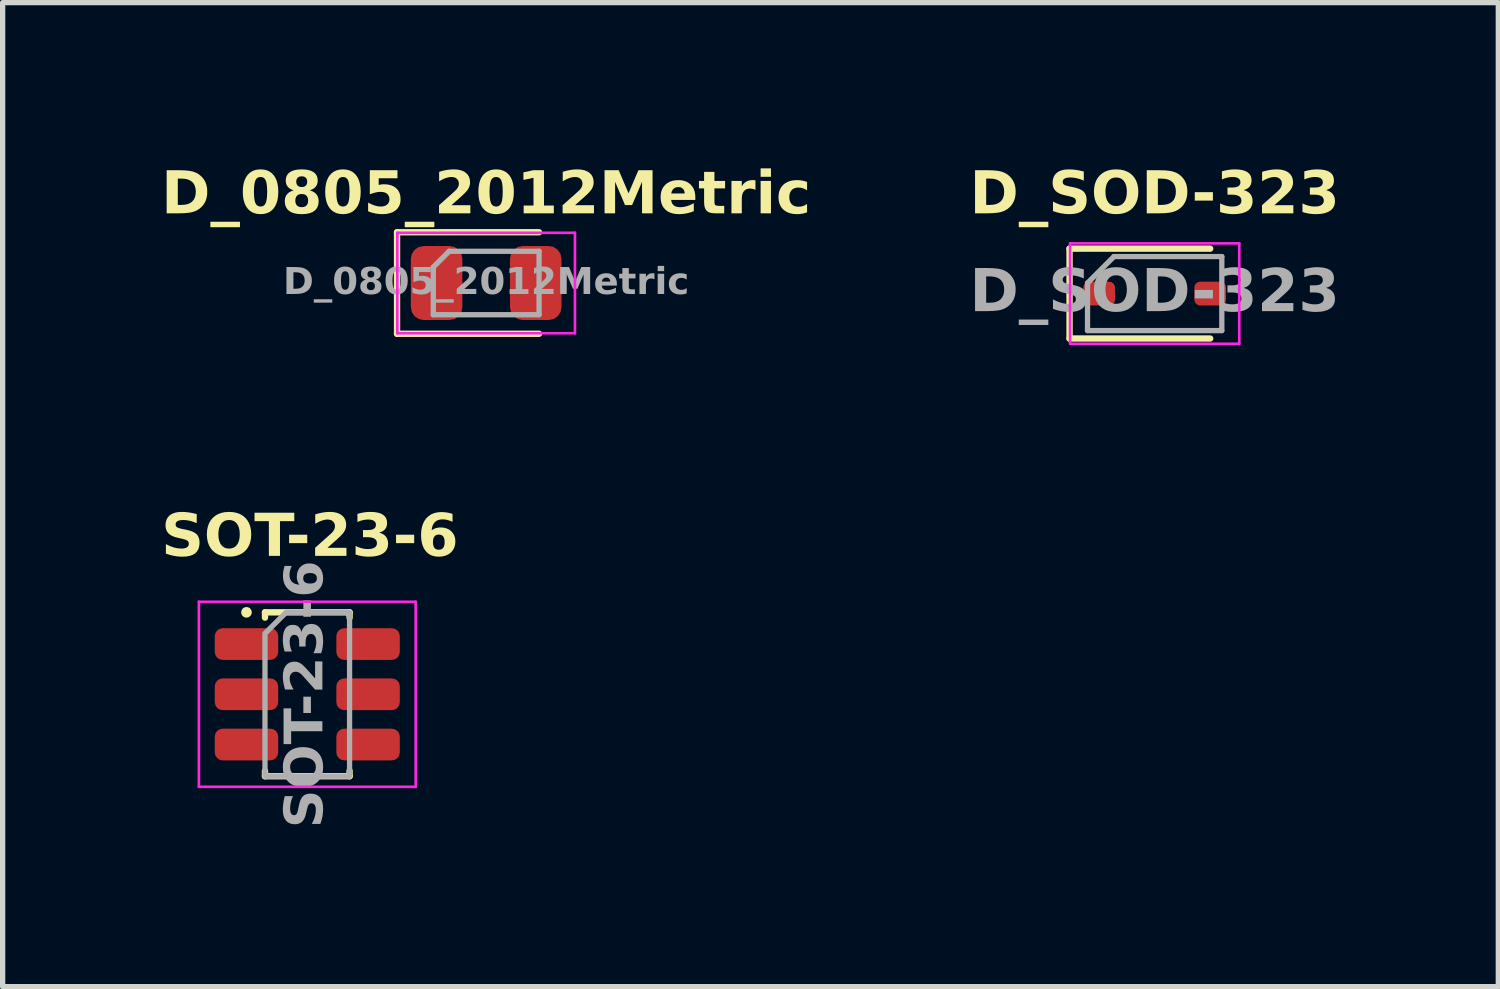
<source format=kicad_pcb>
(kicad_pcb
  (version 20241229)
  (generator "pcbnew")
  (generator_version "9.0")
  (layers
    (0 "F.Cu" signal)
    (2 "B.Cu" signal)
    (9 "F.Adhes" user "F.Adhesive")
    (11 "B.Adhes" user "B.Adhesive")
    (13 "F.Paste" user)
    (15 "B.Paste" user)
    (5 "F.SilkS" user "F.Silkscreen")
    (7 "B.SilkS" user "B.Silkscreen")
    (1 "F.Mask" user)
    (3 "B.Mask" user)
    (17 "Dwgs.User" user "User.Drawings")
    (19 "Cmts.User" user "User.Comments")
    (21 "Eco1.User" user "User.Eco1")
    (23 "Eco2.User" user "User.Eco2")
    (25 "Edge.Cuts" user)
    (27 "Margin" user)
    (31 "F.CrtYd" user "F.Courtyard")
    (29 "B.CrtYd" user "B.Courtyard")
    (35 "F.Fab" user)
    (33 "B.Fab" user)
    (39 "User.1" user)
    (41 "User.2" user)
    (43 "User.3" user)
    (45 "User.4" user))
  (footprint "D_SOD-323"
    (layer "F.Cu")
    (at 18.79 2.503)
    (property "Reference" "D_SOD-323" (at 0 -1.85 0) (layer "F.SilkS") (effects (font (face "JetBrains Mono SemiBold") (size 0.8 0.8) (thickness 0.1))))
    (attr smd)
    (fp_line (start -1.61 -0.85) (end -1.61 0.85) (stroke (width 0.12) (type solid)) (layer "F.SilkS"))
    (fp_line (start -1.61 -0.85) (end 1.05 -0.85) (stroke (width 0.12) (type solid)) (layer "F.SilkS"))
    (fp_line (start -1.61 0.85) (end 1.05 0.85) (stroke (width 0.12) (type solid)) (layer "F.SilkS"))
    (fp_line (start -1.6 -0.95) (end -1.6 0.95) (stroke (width 0.05) (type solid)) (layer "F.CrtYd"))
    (fp_line (start -1.6 -0.95) (end 1.6 -0.95) (stroke (width 0.05) (type solid)) (layer "F.CrtYd"))
    (fp_line (start -1.6 0.95) (end 1.6 0.95) (stroke (width 0.05) (type solid)) (layer "F.CrtYd"))
    (fp_line (start 1.6 -0.95) (end 1.6 0.95) (stroke (width 0.05) (type solid)) (layer "F.CrtYd"))
    (fp_line (start -1.27 -0.2) (end -0.77 -0.7) (stroke (width 0.1) (type default)) (layer "F.Fab"))
    (fp_line (start -1.27 0.7) (end -1.27 -0.2) (stroke (width 0.1) (type solid)) (layer "F.Fab"))
    (fp_line (start 1.27 -0.7) (end -0.77 -0.7) (stroke (width 0.1) (type solid)) (layer "F.Fab"))
    (fp_line (start 1.27 -0.7) (end 1.27 0.7) (stroke (width 0.1) (type solid)) (layer "F.Fab"))
    (fp_line (start 1.27 0.7) (end -1.27 0.7) (stroke (width 0.1) (type solid)) (layer "F.Fab"))
    (fp_text user "${REFERENCE}" (at 0 0 0) (layer "F.Fab") (effects (font (face "JetBrains Mono SemiBold") (size 0.8 0.8) (thickness 0.1))))
    (pad "1" smd roundrect (at -1.05 0) (size 0.6 0.45) (layers "F.Cu" "F.Mask" "F.Paste") (roundrect_rratio 0.25))
    (pad "2" smd roundrect (at 1.05 0) (size 0.6 0.45) (layers "F.Cu" "F.Mask" "F.Paste") (roundrect_rratio 0.25)))
  (footprint "D_0805_2012Metric"
    (layer "F.Cu")
    (at 6.148 2.353)
    (property "Reference" "D_0805_2012Metric" (at -0.003 -1.7 0) (layer "F.SilkS") (effects (font (face "JetBrains Mono SemiBold") (size 0.8 0.8) (thickness 0.1))))
    (attr smd)
    (fp_line (start -1.688 -1.01) (end -1.688 0.91) (stroke (width 0.12) (type solid)) (layer "F.SilkS"))
    (fp_line (start -1.688 0.91) (end 0.998 0.91) (stroke (width 0.12) (type solid)) (layer "F.SilkS"))
    (fp_line (start 0.998 -1.01) (end -1.688 -1.01) (stroke (width 0.12) (type solid)) (layer "F.SilkS"))
    (fp_line (start -1.683 -1) (end 1.677 -1) (stroke (width 0.05) (type solid)) (layer "F.CrtYd"))
    (fp_line (start -1.683 0.9) (end -1.683 -1) (stroke (width 0.05) (type solid)) (layer "F.CrtYd"))
    (fp_line (start 1.677 -1) (end 1.677 0.9) (stroke (width 0.05) (type solid)) (layer "F.CrtYd"))
    (fp_line (start 1.677 0.9) (end -1.683 0.9) (stroke (width 0.05) (type solid)) (layer "F.CrtYd"))
    (fp_line (start -1.002 -0.35) (end -1.002 0.55) (stroke (width 0.1) (type solid)) (layer "F.Fab"))
    (fp_line (start -1.002 0.55) (end 0.998 0.55) (stroke (width 0.1) (type solid)) (layer "F.Fab"))
    (fp_line (start -0.703 -0.65) (end -1.002 -0.35) (stroke (width 0.1) (type solid)) (layer "F.Fab"))
    (fp_line (start 0.998 -0.65) (end -0.703 -0.65) (stroke (width 0.1) (type solid)) (layer "F.Fab"))
    (fp_line (start 0.998 0.55) (end 0.998 -0.65) (stroke (width 0.1) (type solid)) (layer "F.Fab"))
    (fp_text user "${REFERENCE}" (at -0.003 -0.05 0) (layer "F.Fab") (effects (font (face "JetBrains Mono SemiBold") (size 0.5 0.5) (thickness 0.08))))
    (pad "1" smd roundrect (at -0.94 -0.05) (size 0.975 1.4) (layers "F.Cu" "F.Mask" "F.Paste") (roundrect_rratio 0.25))
    (pad "2" smd roundrect (at 0.935 -0.05) (size 0.975 1.4) (layers "F.Cu" "F.Mask" "F.Paste") (roundrect_rratio 0.25)))
  (footprint "SOT-23-6"
    (layer "F.Cu")
    (at 2.762 10.082)
    (property "Reference" "SOT-23-6" (at 0.05 -2.95 0) (layer "F.SilkS") (effects (font (face "JetBrains Mono SemiBold") (size 0.8 0.8) (thickness 0.1))))
    (attr smd)
    (fp_line (start -0.8 -1.55) (end 0.8 -1.55) (stroke (width 0.12) (type solid)) (layer "F.SilkS"))
    (fp_line (start -0.8 -1.45) (end -0.8 -1.55) (stroke (width 0.12) (type solid)) (layer "F.SilkS"))
    (fp_line (start -0.8 1.55) (end -0.8 1.45) (stroke (width 0.12) (type solid)) (layer "F.SilkS"))
    (fp_line (start 0.8 -1.55) (end 0.8 -1.45) (stroke (width 0.12) (type solid)) (layer "F.SilkS"))
    (fp_line (start 0.8 1.45) (end 0.8 1.55) (stroke (width 0.12) (type solid)) (layer "F.SilkS"))
    (fp_line (start 0.8 1.55) (end -0.8 1.55) (stroke (width 0.12) (type solid)) (layer "F.SilkS"))
    (fp_circle (center -1.15 -1.55) (end -1.15 -1.5) (stroke (width 0.1) (type default)) (fill yes) (layer "F.SilkS"))
    (fp_line (start -2.05 -1.75) (end 2.05 -1.75) (stroke (width 0.05) (type solid)) (layer "F.CrtYd"))
    (fp_line (start -2.05 1.75) (end -2.05 -1.75) (stroke (width 0.05) (type solid)) (layer "F.CrtYd"))
    (fp_line (start 2.05 -1.75) (end 2.05 1.75) (stroke (width 0.05) (type solid)) (layer "F.CrtYd"))
    (fp_line (start 2.05 1.75) (end -2.05 1.75) (stroke (width 0.05) (type solid)) (layer "F.CrtYd"))
    (fp_poly (pts (xy -0.8 -1.15) (xy -0.8 1.55) (xy 0.8 1.55) (xy 0.8 -1.55) (xy -0.4 -1.55)) (stroke (width 0.1) (type solid)) (fill no) (layer "F.Fab"))
    (fp_text user "${REFERENCE}" (at -0.013 0 90) (layer "F.Fab") (effects (font (face "JetBrains Mono SemiBold") (size 0.72 0.72) (thickness 0.11))))
    (pad "1" smd roundrect (at -1.15 -0.95) (size 1.2 0.6) (layers "F.Cu" "F.Mask" "F.Paste") (roundrect_rratio 0.25))
    (pad "2" smd roundrect (at -1.15 0) (size 1.2 0.6) (layers "F.Cu" "F.Mask" "F.Paste") (roundrect_rratio 0.25))
    (pad "3" smd roundrect (at -1.15 0.95) (size 1.2 0.6) (layers "F.Cu" "F.Mask" "F.Paste") (roundrect_rratio 0.25))
    (pad "4" smd roundrect (at 1.15 0.95) (size 1.2 0.6) (layers "F.Cu" "F.Mask" "F.Paste") (roundrect_rratio 0.25))
    (pad "5" smd roundrect (at 1.15 0) (size 1.2 0.6) (layers "F.Cu" "F.Mask" "F.Paste") (roundrect_rratio 0.25))
    (pad "6" smd roundrect (at 1.15 -0.95) (size 1.2 0.6) (layers "F.Cu" "F.Mask" "F.Paste") (roundrect_rratio 0.25)))
  (gr_rect
    (start -3 -3)
    (end 25.29 15.612)
    (stroke (width 0.1) (type default))
    (fill no)
    (layer "Edge.Cuts")))
</source>
